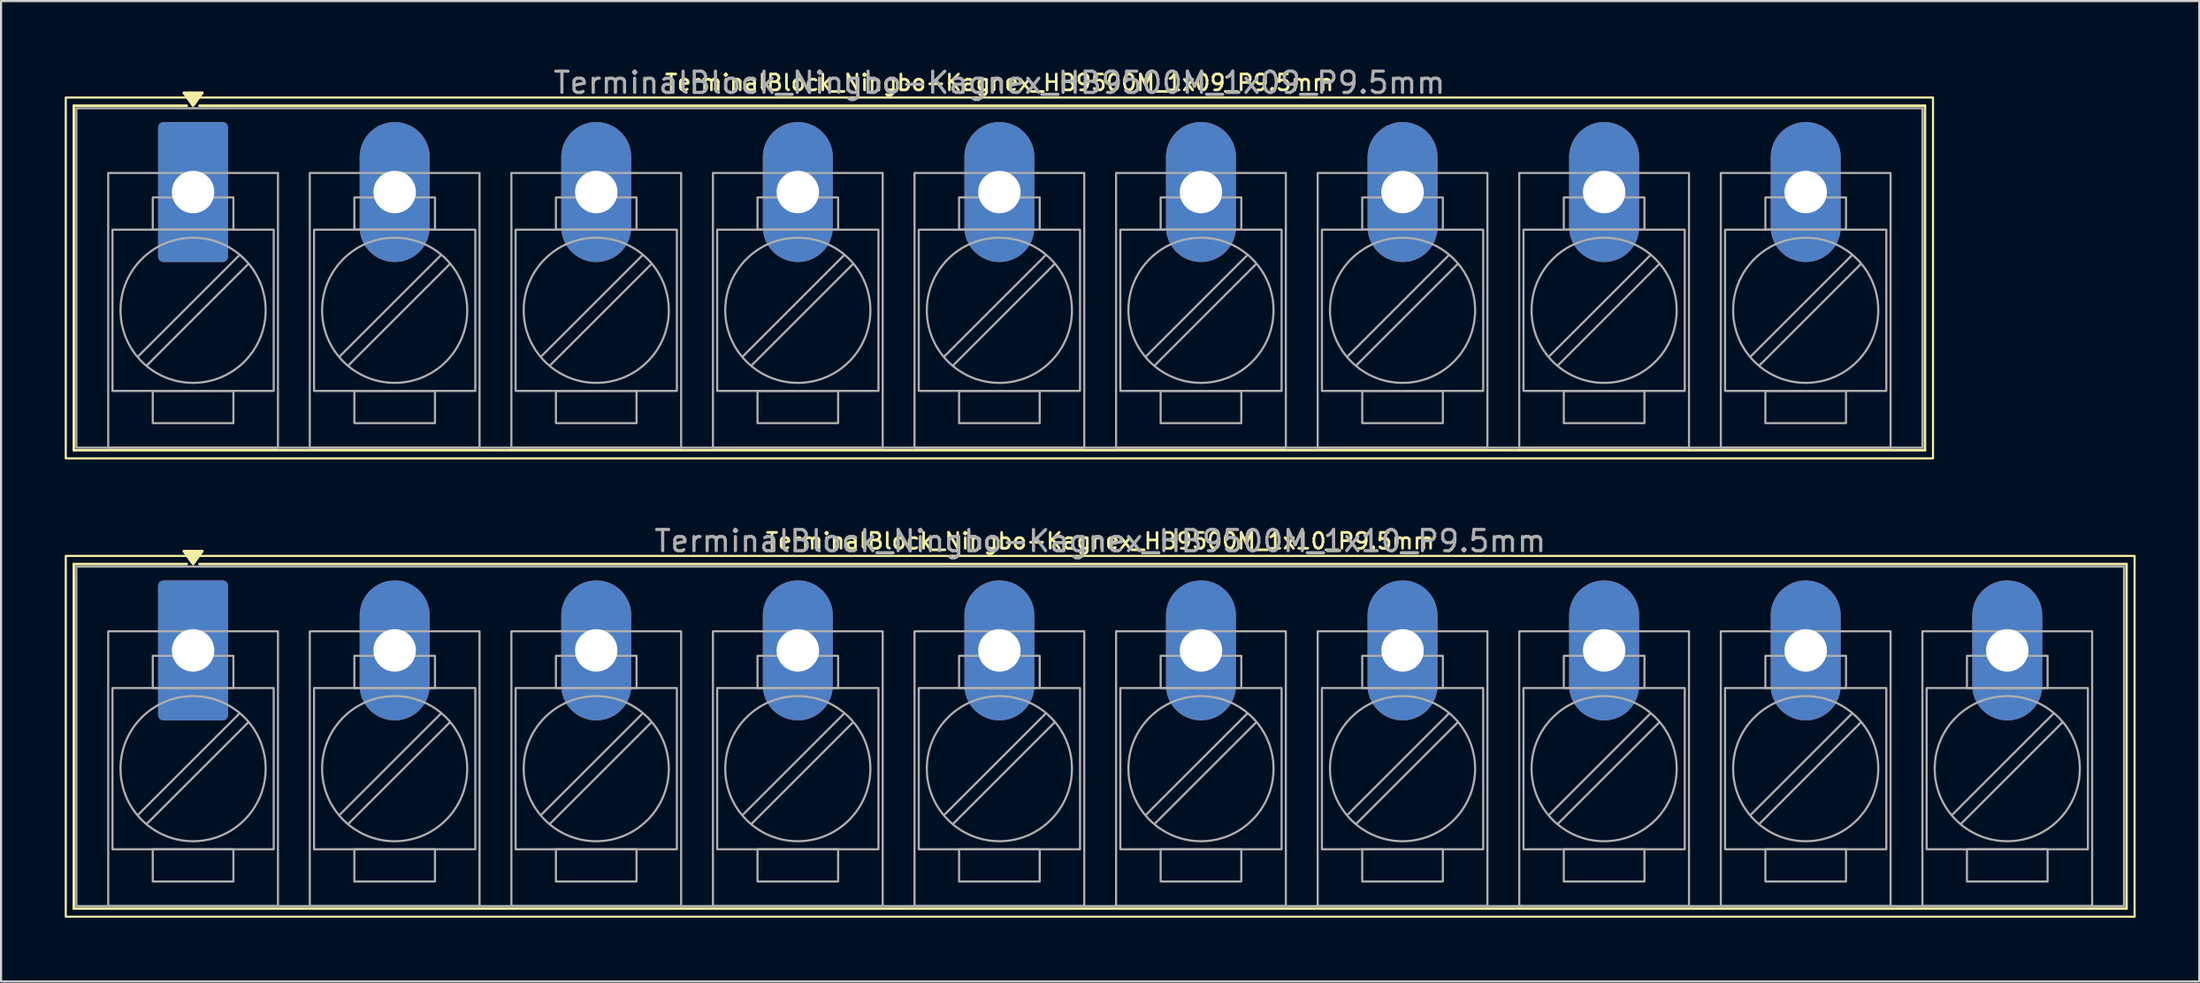
<source format=kicad_pcb>
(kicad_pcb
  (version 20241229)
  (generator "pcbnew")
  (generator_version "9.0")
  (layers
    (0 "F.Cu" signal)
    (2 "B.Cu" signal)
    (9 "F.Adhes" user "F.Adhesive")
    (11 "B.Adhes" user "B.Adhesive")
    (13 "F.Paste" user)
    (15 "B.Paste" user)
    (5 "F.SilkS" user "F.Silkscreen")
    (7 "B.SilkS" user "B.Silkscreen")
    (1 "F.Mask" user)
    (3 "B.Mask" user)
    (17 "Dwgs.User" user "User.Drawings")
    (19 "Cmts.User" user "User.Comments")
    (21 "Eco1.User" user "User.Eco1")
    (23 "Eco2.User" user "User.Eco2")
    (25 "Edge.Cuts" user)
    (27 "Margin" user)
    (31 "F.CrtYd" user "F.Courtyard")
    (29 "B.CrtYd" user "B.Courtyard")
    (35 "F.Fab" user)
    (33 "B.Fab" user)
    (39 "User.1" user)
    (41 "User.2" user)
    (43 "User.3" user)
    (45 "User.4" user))
  (footprint "TerminalBlock_Ningbo-Kagnex_HB9500M_1x10_P9.5mm"
    (layer "F.Cu")
    (at 6.05 27.611)
    (property "Reference" "TerminalBlock_Ningbo-Kagnex_HB9500M_1x10_P9.5mm" (at 42.75 -5.155 0) (layer "F.SilkS") (effects (font (size 0.75 0.75) (thickness 0.125))))
    (attr through_hole)
    (fp_line (start -5.62 -4.07) (end -0.3 -4.07) (stroke (width 0.12) (type solid)) (layer "F.SilkS"))
    (fp_line (start -5.62 12.17) (end -5.62 -4.07) (stroke (width 0.12) (type solid)) (layer "F.SilkS"))
    (fp_line (start 0.3 -4.07) (end 91.12 -4.07) (stroke (width 0.12) (type solid)) (layer "F.SilkS"))
    (fp_line (start 91.12 -4.07) (end 91.12 12.17) (stroke (width 0.12) (type solid)) (layer "F.SilkS"))
    (fp_line (start 91.12 12.17) (end -5.62 12.17) (stroke (width 0.12) (type solid)) (layer "F.SilkS"))
    (fp_rect (start -6 -4.455) (end 91.5 12.555) (stroke (width 0.1) (type solid)) (fill no) (layer "F.SilkS"))
    (fp_poly (pts (xy 0 -4.07) (xy -0.44 -4.68) (xy 0.44 -4.68)) (stroke (width 0.12) (type solid)) (fill yes) (layer "F.SilkS"))
    (fp_line (start 2.176 2.981) (end -2.594 7.751) (stroke (width 0.1) (type solid)) (layer "F.Fab"))
    (fp_line (start 2.594 3.399) (end -2.176 8.169) (stroke (width 0.1) (type solid)) (layer "F.Fab"))
    (fp_line (start 11.676 2.981) (end 6.906 7.751) (stroke (width 0.1) (type solid)) (layer "F.Fab"))
    (fp_line (start 12.094 3.399) (end 7.324 8.169) (stroke (width 0.1) (type solid)) (layer "F.Fab"))
    (fp_line (start 21.176 2.981) (end 16.406 7.751) (stroke (width 0.1) (type solid)) (layer "F.Fab"))
    (fp_line (start 21.594 3.399) (end 16.824 8.169) (stroke (width 0.1) (type solid)) (layer "F.Fab"))
    (fp_line (start 30.676 2.981) (end 25.906 7.751) (stroke (width 0.1) (type solid)) (layer "F.Fab"))
    (fp_line (start 31.094 3.399) (end 26.324 8.169) (stroke (width 0.1) (type solid)) (layer "F.Fab"))
    (fp_line (start 40.176 2.981) (end 35.406 7.751) (stroke (width 0.1) (type solid)) (layer "F.Fab"))
    (fp_line (start 40.594 3.399) (end 35.824 8.169) (stroke (width 0.1) (type solid)) (layer "F.Fab"))
    (fp_line (start 49.676 2.981) (end 44.906 7.751) (stroke (width 0.1) (type solid)) (layer "F.Fab"))
    (fp_line (start 50.094 3.399) (end 45.324 8.169) (stroke (width 0.1) (type solid)) (layer "F.Fab"))
    (fp_line (start 59.176 2.981) (end 54.406 7.751) (stroke (width 0.1) (type solid)) (layer "F.Fab"))
    (fp_line (start 59.594 3.399) (end 54.824 8.169) (stroke (width 0.1) (type solid)) (layer "F.Fab"))
    (fp_line (start 68.676 2.981) (end 63.906 7.751) (stroke (width 0.1) (type solid)) (layer "F.Fab"))
    (fp_line (start 69.094 3.399) (end 64.324 8.169) (stroke (width 0.1) (type solid)) (layer "F.Fab"))
    (fp_line (start 78.176 2.981) (end 73.406 7.751) (stroke (width 0.1) (type solid)) (layer "F.Fab"))
    (fp_line (start 78.594 3.399) (end 73.824 8.169) (stroke (width 0.1) (type solid)) (layer "F.Fab"))
    (fp_line (start 87.676 2.981) (end 82.906 7.751) (stroke (width 0.1) (type solid)) (layer "F.Fab"))
    (fp_line (start 88.094 3.399) (end 83.324 8.169) (stroke (width 0.1) (type solid)) (layer "F.Fab"))
    (fp_rect (start -5.5 -3.95) (end 91 12.05) (stroke (width 0.1) (type solid)) (fill no) (layer "F.Fab"))
    (fp_rect (start -4 -0.9) (end 4 12.05) (stroke (width 0.1) (type solid)) (fill no) (layer "F.Fab"))
    (fp_rect (start -3.8 1.775) (end 3.8 9.375) (stroke (width 0.1) (type solid)) (fill no) (layer "F.Fab"))
    (fp_rect (start -1.9 0.255) (end 1.9 1.775) (stroke (width 0.1) (type solid)) (fill no) (layer "F.Fab"))
    (fp_rect (start -1.9 9.375) (end 1.9 10.895) (stroke (width 0.1) (type solid)) (fill no) (layer "F.Fab"))
    (fp_rect (start 5.5 -0.9) (end 13.5 12.05) (stroke (width 0.1) (type solid)) (fill no) (layer "F.Fab"))
    (fp_rect (start 5.7 1.775) (end 13.3 9.375) (stroke (width 0.1) (type solid)) (fill no) (layer "F.Fab"))
    (fp_rect (start 7.6 0.255) (end 11.4 1.775) (stroke (width 0.1) (type solid)) (fill no) (layer "F.Fab"))
    (fp_rect (start 7.6 9.375) (end 11.4 10.895) (stroke (width 0.1) (type solid)) (fill no) (layer "F.Fab"))
    (fp_rect (start 15 -0.9) (end 23 12.05) (stroke (width 0.1) (type solid)) (fill no) (layer "F.Fab"))
    (fp_rect (start 15.2 1.775) (end 22.8 9.375) (stroke (width 0.1) (type solid)) (fill no) (layer "F.Fab"))
    (fp_rect (start 17.1 0.255) (end 20.9 1.775) (stroke (width 0.1) (type solid)) (fill no) (layer "F.Fab"))
    (fp_rect (start 17.1 9.375) (end 20.9 10.895) (stroke (width 0.1) (type solid)) (fill no) (layer "F.Fab"))
    (fp_rect (start 24.5 -0.9) (end 32.5 12.05) (stroke (width 0.1) (type solid)) (fill no) (layer "F.Fab"))
    (fp_rect (start 24.7 1.775) (end 32.3 9.375) (stroke (width 0.1) (type solid)) (fill no) (layer "F.Fab"))
    (fp_rect (start 26.6 0.255) (end 30.4 1.775) (stroke (width 0.1) (type solid)) (fill no) (layer "F.Fab"))
    (fp_rect (start 26.6 9.375) (end 30.4 10.895) (stroke (width 0.1) (type solid)) (fill no) (layer "F.Fab"))
    (fp_rect (start 34 -0.9) (end 42 12.05) (stroke (width 0.1) (type solid)) (fill no) (layer "F.Fab"))
    (fp_rect (start 34.2 1.775) (end 41.8 9.375) (stroke (width 0.1) (type solid)) (fill no) (layer "F.Fab"))
    (fp_rect (start 36.1 0.255) (end 39.9 1.775) (stroke (width 0.1) (type solid)) (fill no) (layer "F.Fab"))
    (fp_rect (start 36.1 9.375) (end 39.9 10.895) (stroke (width 0.1) (type solid)) (fill no) (layer "F.Fab"))
    (fp_rect (start 43.5 -0.9) (end 51.5 12.05) (stroke (width 0.1) (type solid)) (fill no) (layer "F.Fab"))
    (fp_rect (start 43.7 1.775) (end 51.3 9.375) (stroke (width 0.1) (type solid)) (fill no) (layer "F.Fab"))
    (fp_rect (start 45.6 0.255) (end 49.4 1.775) (stroke (width 0.1) (type solid)) (fill no) (layer "F.Fab"))
    (fp_rect (start 45.6 9.375) (end 49.4 10.895) (stroke (width 0.1) (type solid)) (fill no) (layer "F.Fab"))
    (fp_rect (start 53 -0.9) (end 61 12.05) (stroke (width 0.1) (type solid)) (fill no) (layer "F.Fab"))
    (fp_rect (start 53.2 1.775) (end 60.8 9.375) (stroke (width 0.1) (type solid)) (fill no) (layer "F.Fab"))
    (fp_rect (start 55.1 0.255) (end 58.9 1.775) (stroke (width 0.1) (type solid)) (fill no) (layer "F.Fab"))
    (fp_rect (start 55.1 9.375) (end 58.9 10.895) (stroke (width 0.1) (type solid)) (fill no) (layer "F.Fab"))
    (fp_rect (start 62.5 -0.9) (end 70.5 12.05) (stroke (width 0.1) (type solid)) (fill no) (layer "F.Fab"))
    (fp_rect (start 62.7 1.775) (end 70.3 9.375) (stroke (width 0.1) (type solid)) (fill no) (layer "F.Fab"))
    (fp_rect (start 64.6 0.255) (end 68.4 1.775) (stroke (width 0.1) (type solid)) (fill no) (layer "F.Fab"))
    (fp_rect (start 64.6 9.375) (end 68.4 10.895) (stroke (width 0.1) (type solid)) (fill no) (layer "F.Fab"))
    (fp_rect (start 72 -0.9) (end 80 12.05) (stroke (width 0.1) (type solid)) (fill no) (layer "F.Fab"))
    (fp_rect (start 72.2 1.775) (end 79.8 9.375) (stroke (width 0.1) (type solid)) (fill no) (layer "F.Fab"))
    (fp_rect (start 74.1 0.255) (end 77.9 1.775) (stroke (width 0.1) (type solid)) (fill no) (layer "F.Fab"))
    (fp_rect (start 74.1 9.375) (end 77.9 10.895) (stroke (width 0.1) (type solid)) (fill no) (layer "F.Fab"))
    (fp_rect (start 81.5 -0.9) (end 89.5 12.05) (stroke (width 0.1) (type solid)) (fill no) (layer "F.Fab"))
    (fp_rect (start 81.7 1.775) (end 89.3 9.375) (stroke (width 0.1) (type solid)) (fill no) (layer "F.Fab"))
    (fp_rect (start 83.6 0.255) (end 87.4 1.775) (stroke (width 0.1) (type solid)) (fill no) (layer "F.Fab"))
    (fp_rect (start 83.6 9.375) (end 87.4 10.895) (stroke (width 0.1) (type solid)) (fill no) (layer "F.Fab"))
    (fp_circle (center 0 5.575) (end 3.42 5.575) (stroke (width 0.1) (type solid)) (fill no) (layer "F.Fab"))
    (fp_circle (center 9.5 5.575) (end 12.92 5.575) (stroke (width 0.1) (type solid)) (fill no) (layer "F.Fab"))
    (fp_circle (center 19 5.575) (end 22.42 5.575) (stroke (width 0.1) (type solid)) (fill no) (layer "F.Fab"))
    (fp_circle (center 28.5 5.575) (end 31.92 5.575) (stroke (width 0.1) (type solid)) (fill no) (layer "F.Fab"))
    (fp_circle (center 38 5.575) (end 41.42 5.575) (stroke (width 0.1) (type solid)) (fill no) (layer "F.Fab"))
    (fp_circle (center 47.5 5.575) (end 50.92 5.575) (stroke (width 0.1) (type solid)) (fill no) (layer "F.Fab"))
    (fp_circle (center 57 5.575) (end 60.42 5.575) (stroke (width 0.1) (type solid)) (fill no) (layer "F.Fab"))
    (fp_circle (center 66.5 5.575) (end 69.92 5.575) (stroke (width 0.1) (type solid)) (fill no) (layer "F.Fab"))
    (fp_circle (center 76 5.575) (end 79.42 5.575) (stroke (width 0.1) (type solid)) (fill no) (layer "F.Fab"))
    (fp_circle (center 85.5 5.575) (end 88.92 5.575) (stroke (width 0.1) (type solid)) (fill no) (layer "F.Fab"))
    (fp_text user "${REFERENCE}" (at 42.75 -5.155 0) (layer "F.Fab") (effects (font (size 1 1) (thickness 0.15))))
    (pad "1" thru_hole roundrect (at 0 0) (size 3.3 6.6) (drill 2) (layers "*.Cu" "*.Mask") (roundrect_rratio 0.076))
    (pad "2" thru_hole oval (at 9.5 0) (size 3.3 6.6) (drill 2) (layers "*.Cu" "*.Mask"))
    (pad "3" thru_hole oval (at 19 0) (size 3.3 6.6) (drill 2) (layers "*.Cu" "*.Mask"))
    (pad "4" thru_hole oval (at 28.5 0) (size 3.3 6.6) (drill 2) (layers "*.Cu" "*.Mask"))
    (pad "5" thru_hole oval (at 38 0) (size 3.3 6.6) (drill 2) (layers "*.Cu" "*.Mask"))
    (pad "6" thru_hole oval (at 47.5 0) (size 3.3 6.6) (drill 2) (layers "*.Cu" "*.Mask"))
    (pad "7" thru_hole oval (at 57 0) (size 3.3 6.6) (drill 2) (layers "*.Cu" "*.Mask"))
    (pad "8" thru_hole oval (at 66.5 0) (size 3.3 6.6) (drill 2) (layers "*.Cu" "*.Mask"))
    (pad "9" thru_hole oval (at 76 0) (size 3.3 6.6) (drill 2) (layers "*.Cu" "*.Mask"))
    (pad "10" thru_hole oval (at 85.5 0) (size 3.3 6.6) (drill 2) (layers "*.Cu" "*.Mask")))
  (footprint "TerminalBlock_Ningbo-Kagnex_HB9500M_1x09_P9.5mm"
    (layer "F.Cu")
    (at 6.05 6.003)
    (property "Reference" "TerminalBlock_Ningbo-Kagnex_HB9500M_1x09_P9.5mm" (at 38 -5.155 0) (layer "F.SilkS") (effects (font (size 0.75 0.75) (thickness 0.125))))
    (attr through_hole)
    (fp_line (start -5.62 -4.07) (end -0.3 -4.07) (stroke (width 0.12) (type solid)) (layer "F.SilkS"))
    (fp_line (start -5.62 12.17) (end -5.62 -4.07) (stroke (width 0.12) (type solid)) (layer "F.SilkS"))
    (fp_line (start 0.3 -4.07) (end 81.62 -4.07) (stroke (width 0.12) (type solid)) (layer "F.SilkS"))
    (fp_line (start 81.62 -4.07) (end 81.62 12.17) (stroke (width 0.12) (type solid)) (layer "F.SilkS"))
    (fp_line (start 81.62 12.17) (end -5.62 12.17) (stroke (width 0.12) (type solid)) (layer "F.SilkS"))
    (fp_rect (start -6 -4.455) (end 82 12.555) (stroke (width 0.1) (type solid)) (fill no) (layer "F.SilkS"))
    (fp_poly (pts (xy 0 -4.07) (xy -0.44 -4.68) (xy 0.44 -4.68)) (stroke (width 0.12) (type solid)) (fill yes) (layer "F.SilkS"))
    (fp_line (start 2.176 2.981) (end -2.594 7.751) (stroke (width 0.1) (type solid)) (layer "F.Fab"))
    (fp_line (start 2.594 3.399) (end -2.176 8.169) (stroke (width 0.1) (type solid)) (layer "F.Fab"))
    (fp_line (start 11.676 2.981) (end 6.906 7.751) (stroke (width 0.1) (type solid)) (layer "F.Fab"))
    (fp_line (start 12.094 3.399) (end 7.324 8.169) (stroke (width 0.1) (type solid)) (layer "F.Fab"))
    (fp_line (start 21.176 2.981) (end 16.406 7.751) (stroke (width 0.1) (type solid)) (layer "F.Fab"))
    (fp_line (start 21.594 3.399) (end 16.824 8.169) (stroke (width 0.1) (type solid)) (layer "F.Fab"))
    (fp_line (start 30.676 2.981) (end 25.906 7.751) (stroke (width 0.1) (type solid)) (layer "F.Fab"))
    (fp_line (start 31.094 3.399) (end 26.324 8.169) (stroke (width 0.1) (type solid)) (layer "F.Fab"))
    (fp_line (start 40.176 2.981) (end 35.406 7.751) (stroke (width 0.1) (type solid)) (layer "F.Fab"))
    (fp_line (start 40.594 3.399) (end 35.824 8.169) (stroke (width 0.1) (type solid)) (layer "F.Fab"))
    (fp_line (start 49.676 2.981) (end 44.906 7.751) (stroke (width 0.1) (type solid)) (layer "F.Fab"))
    (fp_line (start 50.094 3.399) (end 45.324 8.169) (stroke (width 0.1) (type solid)) (layer "F.Fab"))
    (fp_line (start 59.176 2.981) (end 54.406 7.751) (stroke (width 0.1) (type solid)) (layer "F.Fab"))
    (fp_line (start 59.594 3.399) (end 54.824 8.169) (stroke (width 0.1) (type solid)) (layer "F.Fab"))
    (fp_line (start 68.676 2.981) (end 63.906 7.751) (stroke (width 0.1) (type solid)) (layer "F.Fab"))
    (fp_line (start 69.094 3.399) (end 64.324 8.169) (stroke (width 0.1) (type solid)) (layer "F.Fab"))
    (fp_line (start 78.176 2.981) (end 73.406 7.751) (stroke (width 0.1) (type solid)) (layer "F.Fab"))
    (fp_line (start 78.594 3.399) (end 73.824 8.169) (stroke (width 0.1) (type solid)) (layer "F.Fab"))
    (fp_rect (start -5.5 -3.95) (end 81.5 12.05) (stroke (width 0.1) (type solid)) (fill no) (layer "F.Fab"))
    (fp_rect (start -4 -0.9) (end 4 12.05) (stroke (width 0.1) (type solid)) (fill no) (layer "F.Fab"))
    (fp_rect (start -3.8 1.775) (end 3.8 9.375) (stroke (width 0.1) (type solid)) (fill no) (layer "F.Fab"))
    (fp_rect (start -1.9 0.255) (end 1.9 1.775) (stroke (width 0.1) (type solid)) (fill no) (layer "F.Fab"))
    (fp_rect (start -1.9 9.375) (end 1.9 10.895) (stroke (width 0.1) (type solid)) (fill no) (layer "F.Fab"))
    (fp_rect (start 5.5 -0.9) (end 13.5 12.05) (stroke (width 0.1) (type solid)) (fill no) (layer "F.Fab"))
    (fp_rect (start 5.7 1.775) (end 13.3 9.375) (stroke (width 0.1) (type solid)) (fill no) (layer "F.Fab"))
    (fp_rect (start 7.6 0.255) (end 11.4 1.775) (stroke (width 0.1) (type solid)) (fill no) (layer "F.Fab"))
    (fp_rect (start 7.6 9.375) (end 11.4 10.895) (stroke (width 0.1) (type solid)) (fill no) (layer "F.Fab"))
    (fp_rect (start 15 -0.9) (end 23 12.05) (stroke (width 0.1) (type solid)) (fill no) (layer "F.Fab"))
    (fp_rect (start 15.2 1.775) (end 22.8 9.375) (stroke (width 0.1) (type solid)) (fill no) (layer "F.Fab"))
    (fp_rect (start 17.1 0.255) (end 20.9 1.775) (stroke (width 0.1) (type solid)) (fill no) (layer "F.Fab"))
    (fp_rect (start 17.1 9.375) (end 20.9 10.895) (stroke (width 0.1) (type solid)) (fill no) (layer "F.Fab"))
    (fp_rect (start 24.5 -0.9) (end 32.5 12.05) (stroke (width 0.1) (type solid)) (fill no) (layer "F.Fab"))
    (fp_rect (start 24.7 1.775) (end 32.3 9.375) (stroke (width 0.1) (type solid)) (fill no) (layer "F.Fab"))
    (fp_rect (start 26.6 0.255) (end 30.4 1.775) (stroke (width 0.1) (type solid)) (fill no) (layer "F.Fab"))
    (fp_rect (start 26.6 9.375) (end 30.4 10.895) (stroke (width 0.1) (type solid)) (fill no) (layer "F.Fab"))
    (fp_rect (start 34 -0.9) (end 42 12.05) (stroke (width 0.1) (type solid)) (fill no) (layer "F.Fab"))
    (fp_rect (start 34.2 1.775) (end 41.8 9.375) (stroke (width 0.1) (type solid)) (fill no) (layer "F.Fab"))
    (fp_rect (start 36.1 0.255) (end 39.9 1.775) (stroke (width 0.1) (type solid)) (fill no) (layer "F.Fab"))
    (fp_rect (start 36.1 9.375) (end 39.9 10.895) (stroke (width 0.1) (type solid)) (fill no) (layer "F.Fab"))
    (fp_rect (start 43.5 -0.9) (end 51.5 12.05) (stroke (width 0.1) (type solid)) (fill no) (layer "F.Fab"))
    (fp_rect (start 43.7 1.775) (end 51.3 9.375) (stroke (width 0.1) (type solid)) (fill no) (layer "F.Fab"))
    (fp_rect (start 45.6 0.255) (end 49.4 1.775) (stroke (width 0.1) (type solid)) (fill no) (layer "F.Fab"))
    (fp_rect (start 45.6 9.375) (end 49.4 10.895) (stroke (width 0.1) (type solid)) (fill no) (layer "F.Fab"))
    (fp_rect (start 53 -0.9) (end 61 12.05) (stroke (width 0.1) (type solid)) (fill no) (layer "F.Fab"))
    (fp_rect (start 53.2 1.775) (end 60.8 9.375) (stroke (width 0.1) (type solid)) (fill no) (layer "F.Fab"))
    (fp_rect (start 55.1 0.255) (end 58.9 1.775) (stroke (width 0.1) (type solid)) (fill no) (layer "F.Fab"))
    (fp_rect (start 55.1 9.375) (end 58.9 10.895) (stroke (width 0.1) (type solid)) (fill no) (layer "F.Fab"))
    (fp_rect (start 62.5 -0.9) (end 70.5 12.05) (stroke (width 0.1) (type solid)) (fill no) (layer "F.Fab"))
    (fp_rect (start 62.7 1.775) (end 70.3 9.375) (stroke (width 0.1) (type solid)) (fill no) (layer "F.Fab"))
    (fp_rect (start 64.6 0.255) (end 68.4 1.775) (stroke (width 0.1) (type solid)) (fill no) (layer "F.Fab"))
    (fp_rect (start 64.6 9.375) (end 68.4 10.895) (stroke (width 0.1) (type solid)) (fill no) (layer "F.Fab"))
    (fp_rect (start 72 -0.9) (end 80 12.05) (stroke (width 0.1) (type solid)) (fill no) (layer "F.Fab"))
    (fp_rect (start 72.2 1.775) (end 79.8 9.375) (stroke (width 0.1) (type solid)) (fill no) (layer "F.Fab"))
    (fp_rect (start 74.1 0.255) (end 77.9 1.775) (stroke (width 0.1) (type solid)) (fill no) (layer "F.Fab"))
    (fp_rect (start 74.1 9.375) (end 77.9 10.895) (stroke (width 0.1) (type solid)) (fill no) (layer "F.Fab"))
    (fp_circle (center 0 5.575) (end 3.42 5.575) (stroke (width 0.1) (type solid)) (fill no) (layer "F.Fab"))
    (fp_circle (center 9.5 5.575) (end 12.92 5.575) (stroke (width 0.1) (type solid)) (fill no) (layer "F.Fab"))
    (fp_circle (center 19 5.575) (end 22.42 5.575) (stroke (width 0.1) (type solid)) (fill no) (layer "F.Fab"))
    (fp_circle (center 28.5 5.575) (end 31.92 5.575) (stroke (width 0.1) (type solid)) (fill no) (layer "F.Fab"))
    (fp_circle (center 38 5.575) (end 41.42 5.575) (stroke (width 0.1) (type solid)) (fill no) (layer "F.Fab"))
    (fp_circle (center 47.5 5.575) (end 50.92 5.575) (stroke (width 0.1) (type solid)) (fill no) (layer "F.Fab"))
    (fp_circle (center 57 5.575) (end 60.42 5.575) (stroke (width 0.1) (type solid)) (fill no) (layer "F.Fab"))
    (fp_circle (center 66.5 5.575) (end 69.92 5.575) (stroke (width 0.1) (type solid)) (fill no) (layer "F.Fab"))
    (fp_circle (center 76 5.575) (end 79.42 5.575) (stroke (width 0.1) (type solid)) (fill no) (layer "F.Fab"))
    (fp_text user "${REFERENCE}" (at 38 -5.155 0) (layer "F.Fab") (effects (font (size 1 1) (thickness 0.15))))
    (pad "1" thru_hole roundrect (at 0 0) (size 3.3 6.6) (drill 2) (layers "*.Cu" "*.Mask") (roundrect_rratio 0.076))
    (pad "2" thru_hole oval (at 9.5 0) (size 3.3 6.6) (drill 2) (layers "*.Cu" "*.Mask"))
    (pad "3" thru_hole oval (at 19 0) (size 3.3 6.6) (drill 2) (layers "*.Cu" "*.Mask"))
    (pad "4" thru_hole oval (at 28.5 0) (size 3.3 6.6) (drill 2) (layers "*.Cu" "*.Mask"))
    (pad "5" thru_hole oval (at 38 0) (size 3.3 6.6) (drill 2) (layers "*.Cu" "*.Mask"))
    (pad "6" thru_hole oval (at 47.5 0) (size 3.3 6.6) (drill 2) (layers "*.Cu" "*.Mask"))
    (pad "7" thru_hole oval (at 57 0) (size 3.3 6.6) (drill 2) (layers "*.Cu" "*.Mask"))
    (pad "8" thru_hole oval (at 66.5 0) (size 3.3 6.6) (drill 2) (layers "*.Cu" "*.Mask"))
    (pad "9" thru_hole oval (at 76 0) (size 3.3 6.6) (drill 2) (layers "*.Cu" "*.Mask")))
  (gr_rect
    (start -3 -3)
    (end 100.6 43.217)
    (stroke (width 0.1) (type default))
    (fill no)
    (layer "Edge.Cuts")))
</source>
